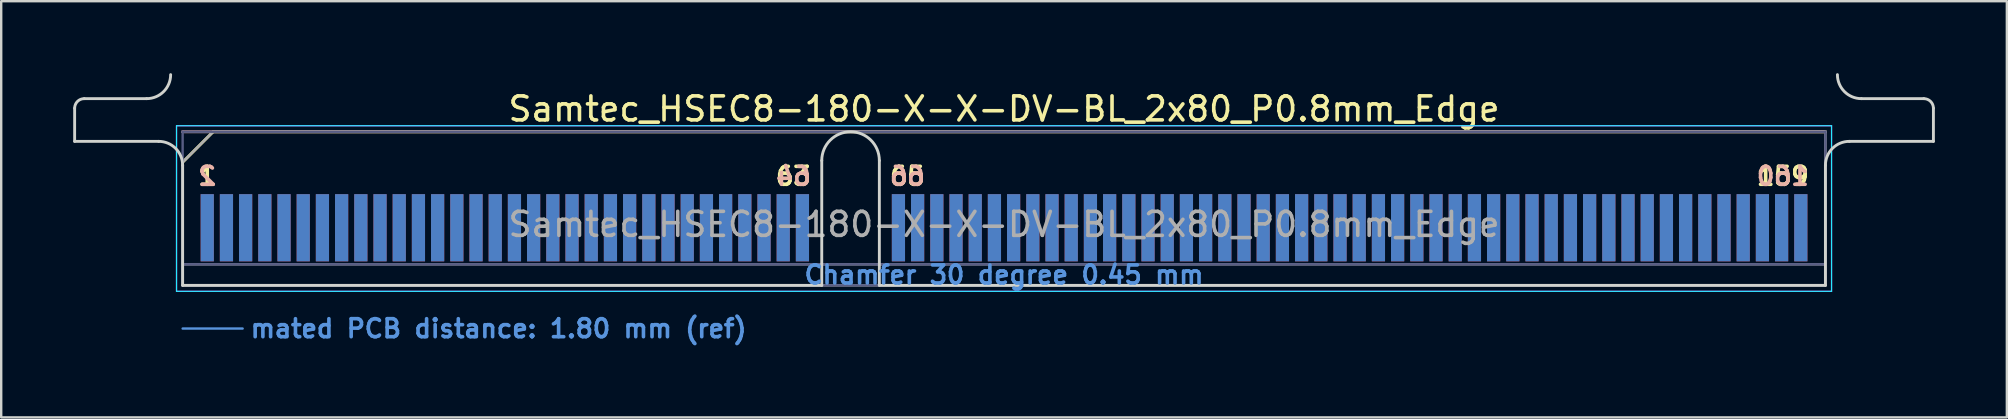
<source format=kicad_pcb>
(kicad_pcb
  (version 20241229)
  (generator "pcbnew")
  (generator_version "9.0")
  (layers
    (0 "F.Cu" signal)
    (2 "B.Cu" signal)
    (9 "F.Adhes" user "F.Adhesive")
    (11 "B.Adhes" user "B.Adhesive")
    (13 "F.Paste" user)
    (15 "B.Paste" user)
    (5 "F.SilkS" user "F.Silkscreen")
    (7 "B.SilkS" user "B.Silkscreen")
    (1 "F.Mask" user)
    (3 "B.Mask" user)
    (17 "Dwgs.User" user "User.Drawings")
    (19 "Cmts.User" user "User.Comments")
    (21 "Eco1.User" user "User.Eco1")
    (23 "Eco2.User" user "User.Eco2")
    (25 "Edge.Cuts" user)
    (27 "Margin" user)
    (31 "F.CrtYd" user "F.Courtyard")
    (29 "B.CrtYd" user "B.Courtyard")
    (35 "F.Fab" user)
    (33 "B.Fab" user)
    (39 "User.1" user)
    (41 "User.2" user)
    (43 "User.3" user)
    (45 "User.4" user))
  (footprint "Samtec_HSEC8-180-X-X-DV-BL_2x80_P0.8mm_Edge"
    (layer "F.Cu")
    (at 38.785 8.84)
    (property "Reference" "Samtec_HSEC8-180-X-X-DV-BL_2x80_P0.8mm_Edge" (at 0 -7.35 0) (layer "F.SilkS") (effects (font (size 1 1) (thickness 0.15))))
    (attr exclude_from_pos_files exclude_from_bom)
    (fp_line (start -34.225 -5.13) (end -32.955 -6.4) (stroke (width 0.12) (type solid)) (layer "F.SilkS"))
    (fp_line (start -32.955 -6.4) (end 34.225 -6.4) (stroke (width 0.12) (type solid)) (layer "F.SilkS"))
    (fp_line (start -34.225 -6.4) (end -34.225 -6.4) (stroke (width 0.12) (type solid)) (layer "B.SilkS"))
    (fp_line (start -34.225 -6.4) (end 34.225 -6.4) (stroke (width 0.12) (type solid)) (layer "B.SilkS"))
    (fp_line (start -34.225 1.8) (end -31.725 1.8) (stroke (width 0.1) (type solid)) (layer "Cmts.User"))
    (fp_line (start -38.725 -6) (end -38.725 -7.38) (stroke (width 0.12) (type solid)) (layer "Edge.Cuts"))
    (fp_line (start -38.325 -7.78) (end -35.725 -7.78) (stroke (width 0.12) (type solid)) (layer "Edge.Cuts"))
    (fp_line (start -35.225 -6) (end -38.725 -6) (stroke (width 0.12) (type solid)) (layer "Edge.Cuts"))
    (fp_line (start -34.225 -5) (end -34.225 0) (stroke (width 0.12) (type solid)) (layer "Edge.Cuts"))
    (fp_line (start -34.225 0) (end -7.595 0) (stroke (width 0.12) (type solid)) (layer "Edge.Cuts"))
    (fp_line (start -7.595 0) (end -7.595 -5.2) (stroke (width 0.12) (type solid)) (layer "Edge.Cuts"))
    (fp_line (start -5.195 -5.2) (end -5.195 0) (stroke (width 0.12) (type solid)) (layer "Edge.Cuts"))
    (fp_line (start -5.195 0) (end 34.225 0) (stroke (width 0.12) (type solid)) (layer "Edge.Cuts"))
    (fp_line (start 34.225 0) (end 34.225 -5) (stroke (width 0.12) (type solid)) (layer "Edge.Cuts"))
    (fp_line (start 35.225 -6) (end 38.725 -6) (stroke (width 0.12) (type solid)) (layer "Edge.Cuts"))
    (fp_line (start 38.325 -7.78) (end 35.725 -7.78) (stroke (width 0.12) (type solid)) (layer "Edge.Cuts"))
    (fp_line (start 38.725 -6) (end 38.725 -7.38) (stroke (width 0.12) (type solid)) (layer "Edge.Cuts"))
    (fp_arc (start -38.725 -7.38) (mid -38.607843 -7.662843) (end -38.325 -7.78) (stroke (width 0.12) (type solid)) (layer "Edge.Cuts"))
    (fp_arc (start -35.225 -6) (mid -34.517893 -5.707107) (end -34.225 -5) (stroke (width 0.12) (type solid)) (layer "Edge.Cuts"))
    (fp_arc (start -34.725 -8.78) (mid -35.017893 -8.072893) (end -35.725 -7.78) (stroke (width 0.12) (type solid)) (layer "Edge.Cuts"))
    (fp_arc (start -7.595 -5.2) (mid -6.395 -6.4) (end -5.195 -5.2) (stroke (width 0.12) (type solid)) (layer "Edge.Cuts"))
    (fp_arc (start 34.225 -5) (mid 34.517893 -5.707107) (end 35.225 -6) (stroke (width 0.12) (type solid)) (layer "Edge.Cuts"))
    (fp_arc (start 35.725 -7.78) (mid 35.017893 -8.072893) (end 34.725 -8.78) (stroke (width 0.12) (type solid)) (layer "Edge.Cuts"))
    (fp_arc (start 38.325 -7.78) (mid 38.607843 -7.662843) (end 38.725 -7.38) (stroke (width 0.12) (type solid)) (layer "Edge.Cuts"))
    (fp_line (start -34.48 -6.65) (end -34.48 0.25) (stroke (width 0.05) (type solid)) (layer "B.CrtYd"))
    (fp_line (start -34.48 0.25) (end 34.48 0.25) (stroke (width 0.05) (type solid)) (layer "B.CrtYd"))
    (fp_line (start 34.48 -6.65) (end -34.48 -6.65) (stroke (width 0.05) (type solid)) (layer "B.CrtYd"))
    (fp_line (start 34.48 0.25) (end 34.48 -6.65) (stroke (width 0.05) (type solid)) (layer "B.CrtYd"))
    (fp_line (start -34.48 -6.65) (end -34.48 0.25) (stroke (width 0.05) (type solid)) (layer "F.CrtYd"))
    (fp_line (start -34.48 0.25) (end 34.48 0.25) (stroke (width 0.05) (type solid)) (layer "F.CrtYd"))
    (fp_line (start 34.48 -6.65) (end -34.48 -6.65) (stroke (width 0.05) (type solid)) (layer "F.CrtYd"))
    (fp_line (start 34.48 0.25) (end 34.48 -6.65) (stroke (width 0.05) (type solid)) (layer "F.CrtYd"))
    (fp_line (start -34.225 -6.4) (end -34.225 -6.4) (stroke (width 0.1) (type solid)) (layer "B.Fab"))
    (fp_line (start -34.225 -6.4) (end -34.225 0) (stroke (width 0.1) (type solid)) (layer "B.Fab"))
    (fp_line (start -34.225 -6.4) (end 34.225 -6.4) (stroke (width 0.1) (type solid)) (layer "B.Fab"))
    (fp_line (start -34.225 -0.88) (end 34.225 -0.88) (stroke (width 0.1) (type solid)) (layer "B.Fab"))
    (fp_line (start -34.225 0) (end 34.225 0) (stroke (width 0.1) (type solid)) (layer "B.Fab"))
    (fp_line (start 34.225 -6.4) (end 34.225 0) (stroke (width 0.1) (type solid)) (layer "B.Fab"))
    (fp_line (start -34.225 -5.13) (end -34.225 0) (stroke (width 0.1) (type solid)) (layer "F.Fab"))
    (fp_line (start -34.225 -5.13) (end -32.955 -6.4) (stroke (width 0.1) (type solid)) (layer "F.Fab"))
    (fp_line (start -34.225 -0.88) (end 34.225 -0.88) (stroke (width 0.1) (type solid)) (layer "F.Fab"))
    (fp_line (start -34.225 0) (end 34.225 0) (stroke (width 0.1) (type solid)) (layer "F.Fab"))
    (fp_line (start -32.955 -6.4) (end 34.225 -6.4) (stroke (width 0.1) (type solid)) (layer "F.Fab"))
    (fp_line (start 34.225 -6.4) (end 34.225 0) (stroke (width 0.1) (type solid)) (layer "F.Fab"))
    (fp_text user "63" (at -8.775 -4.55 0) (layer "F.SilkS") (effects (font (size 0.75 0.75) (thickness 0.15))))
    (fp_text user "65" (at -4.025 -4.55 0) (layer "F.SilkS") (effects (font (size 0.75 0.75) (thickness 0.15))))
    (fp_text user "159" (at 32.45 -4.55 0) (layer "F.SilkS") (effects (font (size 0.75 0.75) (thickness 0.15))))
    (fp_text user "1" (at -33.2 -4.55 0) (layer "F.SilkS") (effects (font (size 0.75 0.75) (thickness 0.15))))
    (fp_text user "2" (at -33.2 -4.55 0) (layer "B.SilkS") (effects (font (size 0.75 0.75) (thickness 0.15)) (justify mirror)))
    (fp_text user "160" (at 32.45 -4.55 0) (layer "B.SilkS") (effects (font (size 0.75 0.75) (thickness 0.15)) (justify mirror)))
    (fp_text user "64" (at -8.775 -4.55 0) (layer "B.SilkS") (effects (font (size 0.75 0.75) (thickness 0.15)) (justify mirror)))
    (fp_text user "66" (at -4.025 -4.55 0) (layer "B.SilkS") (effects (font (size 0.75 0.75) (thickness 0.15)) (justify mirror)))
    (fp_text user "Chamfer 30 degree 0.45 mm" (at 0 -0.44 0) (layer "Cmts.User") (effects (font (size 0.75 0.75) (thickness 0.15))))
    (fp_text user "mated PCB distance: 1.80 mm (ref)" (at -31.48 1.8 0) (layer "Cmts.User") (effects (font (size 0.75 0.75) (thickness 0.15)) (justify left)))
    (fp_text user "${REFERENCE}" (at 0 -2.54 0) (layer "F.Fab") (effects (font (size 1 1) (thickness 0.15))))
    (pad "1" connect rect (at -33.2 -2.4) (size 0.55 2.8) (layers "F.Cu" "F.Mask"))
    (pad "2" connect rect (at -33.2 -2.4) (size 0.55 2.8) (layers "B.Cu" "B.Mask"))
    (pad "3" connect rect (at -32.4 -2.4) (size 0.55 2.8) (layers "F.Cu" "F.Mask"))
    (pad "4" connect rect (at -32.4 -2.4) (size 0.55 2.8) (layers "B.Cu" "B.Mask"))
    (pad "5" connect rect (at -31.6 -2.4) (size 0.55 2.8) (layers "F.Cu" "F.Mask"))
    (pad "6" connect rect (at -31.6 -2.4) (size 0.55 2.8) (layers "B.Cu" "B.Mask"))
    (pad "7" connect rect (at -30.8 -2.4) (size 0.55 2.8) (layers "F.Cu" "F.Mask"))
    (pad "8" connect rect (at -30.8 -2.4) (size 0.55 2.8) (layers "B.Cu" "B.Mask"))
    (pad "9" connect rect (at -30 -2.4) (size 0.55 2.8) (layers "F.Cu" "F.Mask"))
    (pad "10" connect rect (at -30 -2.4) (size 0.55 2.8) (layers "B.Cu" "B.Mask"))
    (pad "11" connect rect (at -29.2 -2.4) (size 0.55 2.8) (layers "F.Cu" "F.Mask"))
    (pad "12" connect rect (at -29.2 -2.4) (size 0.55 2.8) (layers "B.Cu" "B.Mask"))
    (pad "13" connect rect (at -28.4 -2.4) (size 0.55 2.8) (layers "F.Cu" "F.Mask"))
    (pad "14" connect rect (at -28.4 -2.4) (size 0.55 2.8) (layers "B.Cu" "B.Mask"))
    (pad "15" connect rect (at -27.6 -2.4) (size 0.55 2.8) (layers "F.Cu" "F.Mask"))
    (pad "16" connect rect (at -27.6 -2.4) (size 0.55 2.8) (layers "B.Cu" "B.Mask"))
    (pad "17" connect rect (at -26.8 -2.4) (size 0.55 2.8) (layers "F.Cu" "F.Mask"))
    (pad "18" connect rect (at -26.8 -2.4) (size 0.55 2.8) (layers "B.Cu" "B.Mask"))
    (pad "19" connect rect (at -26 -2.4) (size 0.55 2.8) (layers "F.Cu" "F.Mask"))
    (pad "20" connect rect (at -26 -2.4) (size 0.55 2.8) (layers "B.Cu" "B.Mask"))
    (pad "21" connect rect (at -25.2 -2.4) (size 0.55 2.8) (layers "F.Cu" "F.Mask"))
    (pad "22" connect rect (at -25.2 -2.4) (size 0.55 2.8) (layers "B.Cu" "B.Mask"))
    (pad "23" connect rect (at -24.4 -2.4) (size 0.55 2.8) (layers "F.Cu" "F.Mask"))
    (pad "24" connect rect (at -24.4 -2.4) (size 0.55 2.8) (layers "B.Cu" "B.Mask"))
    (pad "25" connect rect (at -23.6 -2.4) (size 0.55 2.8) (layers "F.Cu" "F.Mask"))
    (pad "26" connect rect (at -23.6 -2.4) (size 0.55 2.8) (layers "B.Cu" "B.Mask"))
    (pad "27" connect rect (at -22.8 -2.4) (size 0.55 2.8) (layers "F.Cu" "F.Mask"))
    (pad "28" connect rect (at -22.8 -2.4) (size 0.55 2.8) (layers "B.Cu" "B.Mask"))
    (pad "29" connect rect (at -22 -2.4) (size 0.55 2.8) (layers "F.Cu" "F.Mask"))
    (pad "30" connect rect (at -22 -2.4) (size 0.55 2.8) (layers "B.Cu" "B.Mask"))
    (pad "31" connect rect (at -21.2 -2.4) (size 0.55 2.8) (layers "F.Cu" "F.Mask"))
    (pad "32" connect rect (at -21.2 -2.4) (size 0.55 2.8) (layers "B.Cu" "B.Mask"))
    (pad "33" connect rect (at -20.4 -2.4) (size 0.55 2.8) (layers "F.Cu" "F.Mask"))
    (pad "34" connect rect (at -20.4 -2.4) (size 0.55 2.8) (layers "B.Cu" "B.Mask"))
    (pad "35" connect rect (at -19.6 -2.4) (size 0.55 2.8) (layers "F.Cu" "F.Mask"))
    (pad "36" connect rect (at -19.6 -2.4) (size 0.55 2.8) (layers "B.Cu" "B.Mask"))
    (pad "37" connect rect (at -18.8 -2.4) (size 0.55 2.8) (layers "F.Cu" "F.Mask"))
    (pad "38" connect rect (at -18.8 -2.4) (size 0.55 2.8) (layers "B.Cu" "B.Mask"))
    (pad "39" connect rect (at -18 -2.4) (size 0.55 2.8) (layers "F.Cu" "F.Mask"))
    (pad "40" connect rect (at -18 -2.4) (size 0.55 2.8) (layers "B.Cu" "B.Mask"))
    (pad "41" connect rect (at -17.2 -2.4) (size 0.55 2.8) (layers "F.Cu" "F.Mask"))
    (pad "42" connect rect (at -17.2 -2.4) (size 0.55 2.8) (layers "B.Cu" "B.Mask"))
    (pad "43" connect rect (at -16.4 -2.4) (size 0.55 2.8) (layers "F.Cu" "F.Mask"))
    (pad "44" connect rect (at -16.4 -2.4) (size 0.55 2.8) (layers "B.Cu" "B.Mask"))
    (pad "45" connect rect (at -15.6 -2.4) (size 0.55 2.8) (layers "F.Cu" "F.Mask"))
    (pad "46" connect rect (at -15.6 -2.4) (size 0.55 2.8) (layers "B.Cu" "B.Mask"))
    (pad "47" connect rect (at -14.8 -2.4) (size 0.55 2.8) (layers "F.Cu" "F.Mask"))
    (pad "48" connect rect (at -14.8 -2.4) (size 0.55 2.8) (layers "B.Cu" "B.Mask"))
    (pad "49" connect rect (at -14 -2.4) (size 0.55 2.8) (layers "F.Cu" "F.Mask"))
    (pad "50" connect rect (at -14 -2.4) (size 0.55 2.8) (layers "B.Cu" "B.Mask"))
    (pad "51" connect rect (at -13.2 -2.4) (size 0.55 2.8) (layers "F.Cu" "F.Mask"))
    (pad "52" connect rect (at -13.2 -2.4) (size 0.55 2.8) (layers "B.Cu" "B.Mask"))
    (pad "53" connect rect (at -12.4 -2.4) (size 0.55 2.8) (layers "F.Cu" "F.Mask"))
    (pad "54" connect rect (at -12.4 -2.4) (size 0.55 2.8) (layers "B.Cu" "B.Mask"))
    (pad "55" connect rect (at -11.6 -2.4) (size 0.55 2.8) (layers "F.Cu" "F.Mask"))
    (pad "56" connect rect (at -11.6 -2.4) (size 0.55 2.8) (layers "B.Cu" "B.Mask"))
    (pad "57" connect rect (at -10.8 -2.4) (size 0.55 2.8) (layers "F.Cu" "F.Mask"))
    (pad "58" connect rect (at -10.8 -2.4) (size 0.55 2.8) (layers "B.Cu" "B.Mask"))
    (pad "59" connect rect (at -10 -2.4) (size 0.55 2.8) (layers "F.Cu" "F.Mask"))
    (pad "60" connect rect (at -10 -2.4) (size 0.55 2.8) (layers "B.Cu" "B.Mask"))
    (pad "61" connect rect (at -9.2 -2.4) (size 0.55 2.8) (layers "F.Cu" "F.Mask"))
    (pad "62" connect rect (at -9.2 -2.4) (size 0.55 2.8) (layers "B.Cu" "B.Mask"))
    (pad "63" connect rect (at -8.4 -2.4) (size 0.55 2.8) (layers "F.Cu" "F.Mask"))
    (pad "64" connect rect (at -8.4 -2.4) (size 0.55 2.8) (layers "B.Cu" "B.Mask"))
    (pad "65" connect rect (at -4.4 -2.4) (size 0.55 2.8) (layers "F.Cu" "F.Mask"))
    (pad "66" connect rect (at -4.4 -2.4) (size 0.55 2.8) (layers "B.Cu" "B.Mask"))
    (pad "67" connect rect (at -3.6 -2.4) (size 0.55 2.8) (layers "F.Cu" "F.Mask"))
    (pad "68" connect rect (at -3.6 -2.4) (size 0.55 2.8) (layers "B.Cu" "B.Mask"))
    (pad "69" connect rect (at -2.8 -2.4) (size 0.55 2.8) (layers "F.Cu" "F.Mask"))
    (pad "70" connect rect (at -2.8 -2.4) (size 0.55 2.8) (layers "B.Cu" "B.Mask"))
    (pad "71" connect rect (at -2 -2.4) (size 0.55 2.8) (layers "F.Cu" "F.Mask"))
    (pad "72" connect rect (at -2 -2.4) (size 0.55 2.8) (layers "B.Cu" "B.Mask"))
    (pad "73" connect rect (at -1.2 -2.4) (size 0.55 2.8) (layers "F.Cu" "F.Mask"))
    (pad "74" connect rect (at -1.2 -2.4) (size 0.55 2.8) (layers "B.Cu" "B.Mask"))
    (pad "75" connect rect (at -0.4 -2.4) (size 0.55 2.8) (layers "F.Cu" "F.Mask"))
    (pad "76" connect rect (at -0.4 -2.4) (size 0.55 2.8) (layers "B.Cu" "B.Mask"))
    (pad "77" connect rect (at 0.4 -2.4) (size 0.55 2.8) (layers "F.Cu" "F.Mask"))
    (pad "78" connect rect (at 0.4 -2.4) (size 0.55 2.8) (layers "B.Cu" "B.Mask"))
    (pad "79" connect rect (at 1.2 -2.4) (size 0.55 2.8) (layers "F.Cu" "F.Mask"))
    (pad "80" connect rect (at 1.2 -2.4) (size 0.55 2.8) (layers "B.Cu" "B.Mask"))
    (pad "81" connect rect (at 2 -2.4) (size 0.55 2.8) (layers "F.Cu" "F.Mask"))
    (pad "82" connect rect (at 2 -2.4) (size 0.55 2.8) (layers "B.Cu" "B.Mask"))
    (pad "83" connect rect (at 2.8 -2.4) (size 0.55 2.8) (layers "F.Cu" "F.Mask"))
    (pad "84" connect rect (at 2.8 -2.4) (size 0.55 2.8) (layers "B.Cu" "B.Mask"))
    (pad "85" connect rect (at 3.6 -2.4) (size 0.55 2.8) (layers "F.Cu" "F.Mask"))
    (pad "86" connect rect (at 3.6 -2.4) (size 0.55 2.8) (layers "B.Cu" "B.Mask"))
    (pad "87" connect rect (at 4.4 -2.4) (size 0.55 2.8) (layers "F.Cu" "F.Mask"))
    (pad "88" connect rect (at 4.4 -2.4) (size 0.55 2.8) (layers "B.Cu" "B.Mask"))
    (pad "89" connect rect (at 5.2 -2.4) (size 0.55 2.8) (layers "F.Cu" "F.Mask"))
    (pad "90" connect rect (at 5.2 -2.4) (size 0.55 2.8) (layers "B.Cu" "B.Mask"))
    (pad "91" connect rect (at 6 -2.4) (size 0.55 2.8) (layers "F.Cu" "F.Mask"))
    (pad "92" connect rect (at 6 -2.4) (size 0.55 2.8) (layers "B.Cu" "B.Mask"))
    (pad "93" connect rect (at 6.8 -2.4) (size 0.55 2.8) (layers "F.Cu" "F.Mask"))
    (pad "94" connect rect (at 6.8 -2.4) (size 0.55 2.8) (layers "B.Cu" "B.Mask"))
    (pad "95" connect rect (at 7.6 -2.4) (size 0.55 2.8) (layers "F.Cu" "F.Mask"))
    (pad "96" connect rect (at 7.6 -2.4) (size 0.55 2.8) (layers "B.Cu" "B.Mask"))
    (pad "97" connect rect (at 8.4 -2.4) (size 0.55 2.8) (layers "F.Cu" "F.Mask"))
    (pad "98" connect rect (at 8.4 -2.4) (size 0.55 2.8) (layers "B.Cu" "B.Mask"))
    (pad "99" connect rect (at 9.2 -2.4) (size 0.55 2.8) (layers "F.Cu" "F.Mask"))
    (pad "100" connect rect (at 9.2 -2.4) (size 0.55 2.8) (layers "B.Cu" "B.Mask"))
    (pad "101" connect rect (at 10 -2.4) (size 0.55 2.8) (layers "F.Cu" "F.Mask"))
    (pad "102" connect rect (at 10 -2.4) (size 0.55 2.8) (layers "B.Cu" "B.Mask"))
    (pad "103" connect rect (at 10.8 -2.4) (size 0.55 2.8) (layers "F.Cu" "F.Mask"))
    (pad "104" connect rect (at 10.8 -2.4) (size 0.55 2.8) (layers "B.Cu" "B.Mask"))
    (pad "105" connect rect (at 11.6 -2.4) (size 0.55 2.8) (layers "F.Cu" "F.Mask"))
    (pad "106" connect rect (at 11.6 -2.4) (size 0.55 2.8) (layers "B.Cu" "B.Mask"))
    (pad "107" connect rect (at 12.4 -2.4) (size 0.55 2.8) (layers "F.Cu" "F.Mask"))
    (pad "108" connect rect (at 12.4 -2.4) (size 0.55 2.8) (layers "B.Cu" "B.Mask"))
    (pad "109" connect rect (at 13.2 -2.4) (size 0.55 2.8) (layers "F.Cu" "F.Mask"))
    (pad "110" connect rect (at 13.2 -2.4) (size 0.55 2.8) (layers "B.Cu" "B.Mask"))
    (pad "111" connect rect (at 14 -2.4) (size 0.55 2.8) (layers "F.Cu" "F.Mask"))
    (pad "112" connect rect (at 14 -2.4) (size 0.55 2.8) (layers "B.Cu" "B.Mask"))
    (pad "113" connect rect (at 14.8 -2.4) (size 0.55 2.8) (layers "F.Cu" "F.Mask"))
    (pad "114" connect rect (at 14.8 -2.4) (size 0.55 2.8) (layers "B.Cu" "B.Mask"))
    (pad "115" connect rect (at 15.6 -2.4) (size 0.55 2.8) (layers "F.Cu" "F.Mask"))
    (pad "116" connect rect (at 15.6 -2.4) (size 0.55 2.8) (layers "B.Cu" "B.Mask"))
    (pad "117" connect rect (at 16.4 -2.4) (size 0.55 2.8) (layers "F.Cu" "F.Mask"))
    (pad "118" connect rect (at 16.4 -2.4) (size 0.55 2.8) (layers "B.Cu" "B.Mask"))
    (pad "119" connect rect (at 17.2 -2.4) (size 0.55 2.8) (layers "F.Cu" "F.Mask"))
    (pad "120" connect rect (at 17.2 -2.4) (size 0.55 2.8) (layers "B.Cu" "B.Mask"))
    (pad "121" connect rect (at 18 -2.4) (size 0.55 2.8) (layers "F.Cu" "F.Mask"))
    (pad "122" connect rect (at 18 -2.4) (size 0.55 2.8) (layers "B.Cu" "B.Mask"))
    (pad "123" connect rect (at 18.8 -2.4) (size 0.55 2.8) (layers "F.Cu" "F.Mask"))
    (pad "124" connect rect (at 18.8 -2.4) (size 0.55 2.8) (layers "B.Cu" "B.Mask"))
    (pad "125" connect rect (at 19.6 -2.4) (size 0.55 2.8) (layers "F.Cu" "F.Mask"))
    (pad "126" connect rect (at 19.6 -2.4) (size 0.55 2.8) (layers "B.Cu" "B.Mask"))
    (pad "127" connect rect (at 20.4 -2.4) (size 0.55 2.8) (layers "F.Cu" "F.Mask"))
    (pad "128" connect rect (at 20.4 -2.4) (size 0.55 2.8) (layers "B.Cu" "B.Mask"))
    (pad "129" connect rect (at 21.2 -2.4) (size 0.55 2.8) (layers "F.Cu" "F.Mask"))
    (pad "130" connect rect (at 21.2 -2.4) (size 0.55 2.8) (layers "B.Cu" "B.Mask"))
    (pad "131" connect rect (at 22 -2.4) (size 0.55 2.8) (layers "F.Cu" "F.Mask"))
    (pad "132" connect rect (at 22 -2.4) (size 0.55 2.8) (layers "B.Cu" "B.Mask"))
    (pad "133" connect rect (at 22.8 -2.4) (size 0.55 2.8) (layers "F.Cu" "F.Mask"))
    (pad "134" connect rect (at 22.8 -2.4) (size 0.55 2.8) (layers "B.Cu" "B.Mask"))
    (pad "135" connect rect (at 23.6 -2.4) (size 0.55 2.8) (layers "F.Cu" "F.Mask"))
    (pad "136" connect rect (at 23.6 -2.4) (size 0.55 2.8) (layers "B.Cu" "B.Mask"))
    (pad "137" connect rect (at 24.4 -2.4) (size 0.55 2.8) (layers "F.Cu" "F.Mask"))
    (pad "138" connect rect (at 24.4 -2.4) (size 0.55 2.8) (layers "B.Cu" "B.Mask"))
    (pad "139" connect rect (at 25.2 -2.4) (size 0.55 2.8) (layers "F.Cu" "F.Mask"))
    (pad "140" connect rect (at 25.2 -2.4) (size 0.55 2.8) (layers "B.Cu" "B.Mask"))
    (pad "141" connect rect (at 26 -2.4) (size 0.55 2.8) (layers "F.Cu" "F.Mask"))
    (pad "142" connect rect (at 26 -2.4) (size 0.55 2.8) (layers "B.Cu" "B.Mask"))
    (pad "143" connect rect (at 26.8 -2.4) (size 0.55 2.8) (layers "F.Cu" "F.Mask"))
    (pad "144" connect rect (at 26.8 -2.4) (size 0.55 2.8) (layers "B.Cu" "B.Mask"))
    (pad "145" connect rect (at 27.6 -2.4) (size 0.55 2.8) (layers "F.Cu" "F.Mask"))
    (pad "146" connect rect (at 27.6 -2.4) (size 0.55 2.8) (layers "B.Cu" "B.Mask"))
    (pad "147" connect rect (at 28.4 -2.4) (size 0.55 2.8) (layers "F.Cu" "F.Mask"))
    (pad "148" connect rect (at 28.4 -2.4) (size 0.55 2.8) (layers "B.Cu" "B.Mask"))
    (pad "149" connect rect (at 29.2 -2.4) (size 0.55 2.8) (layers "F.Cu" "F.Mask"))
    (pad "150" connect rect (at 29.2 -2.4) (size 0.55 2.8) (layers "B.Cu" "B.Mask"))
    (pad "151" connect rect (at 30 -2.4) (size 0.55 2.8) (layers "F.Cu" "F.Mask"))
    (pad "152" connect rect (at 30 -2.4) (size 0.55 2.8) (layers "B.Cu" "B.Mask"))
    (pad "153" connect rect (at 30.8 -2.4) (size 0.55 2.8) (layers "F.Cu" "F.Mask"))
    (pad "154" connect rect (at 30.8 -2.4) (size 0.55 2.8) (layers "B.Cu" "B.Mask"))
    (pad "155" connect rect (at 31.6 -2.4) (size 0.55 2.8) (layers "F.Cu" "F.Mask"))
    (pad "156" connect rect (at 31.6 -2.4) (size 0.55 2.8) (layers "B.Cu" "B.Mask"))
    (pad "157" connect rect (at 32.4 -2.4) (size 0.55 2.8) (layers "F.Cu" "F.Mask"))
    (pad "158" connect rect (at 32.4 -2.4) (size 0.55 2.8) (layers "B.Cu" "B.Mask"))
    (pad "159" connect rect (at 33.2 -2.4) (size 0.55 2.8) (layers "F.Cu" "F.Mask"))
    (pad "160" connect rect (at 33.2 -2.4) (size 0.55 2.8) (layers "B.Cu" "B.Mask")))
  (gr_rect
    (start -3 -3)
    (end 80.57 14.342)
    (stroke (width 0.1) (type default))
    (fill no)
    (layer "Edge.Cuts")))
</source>
